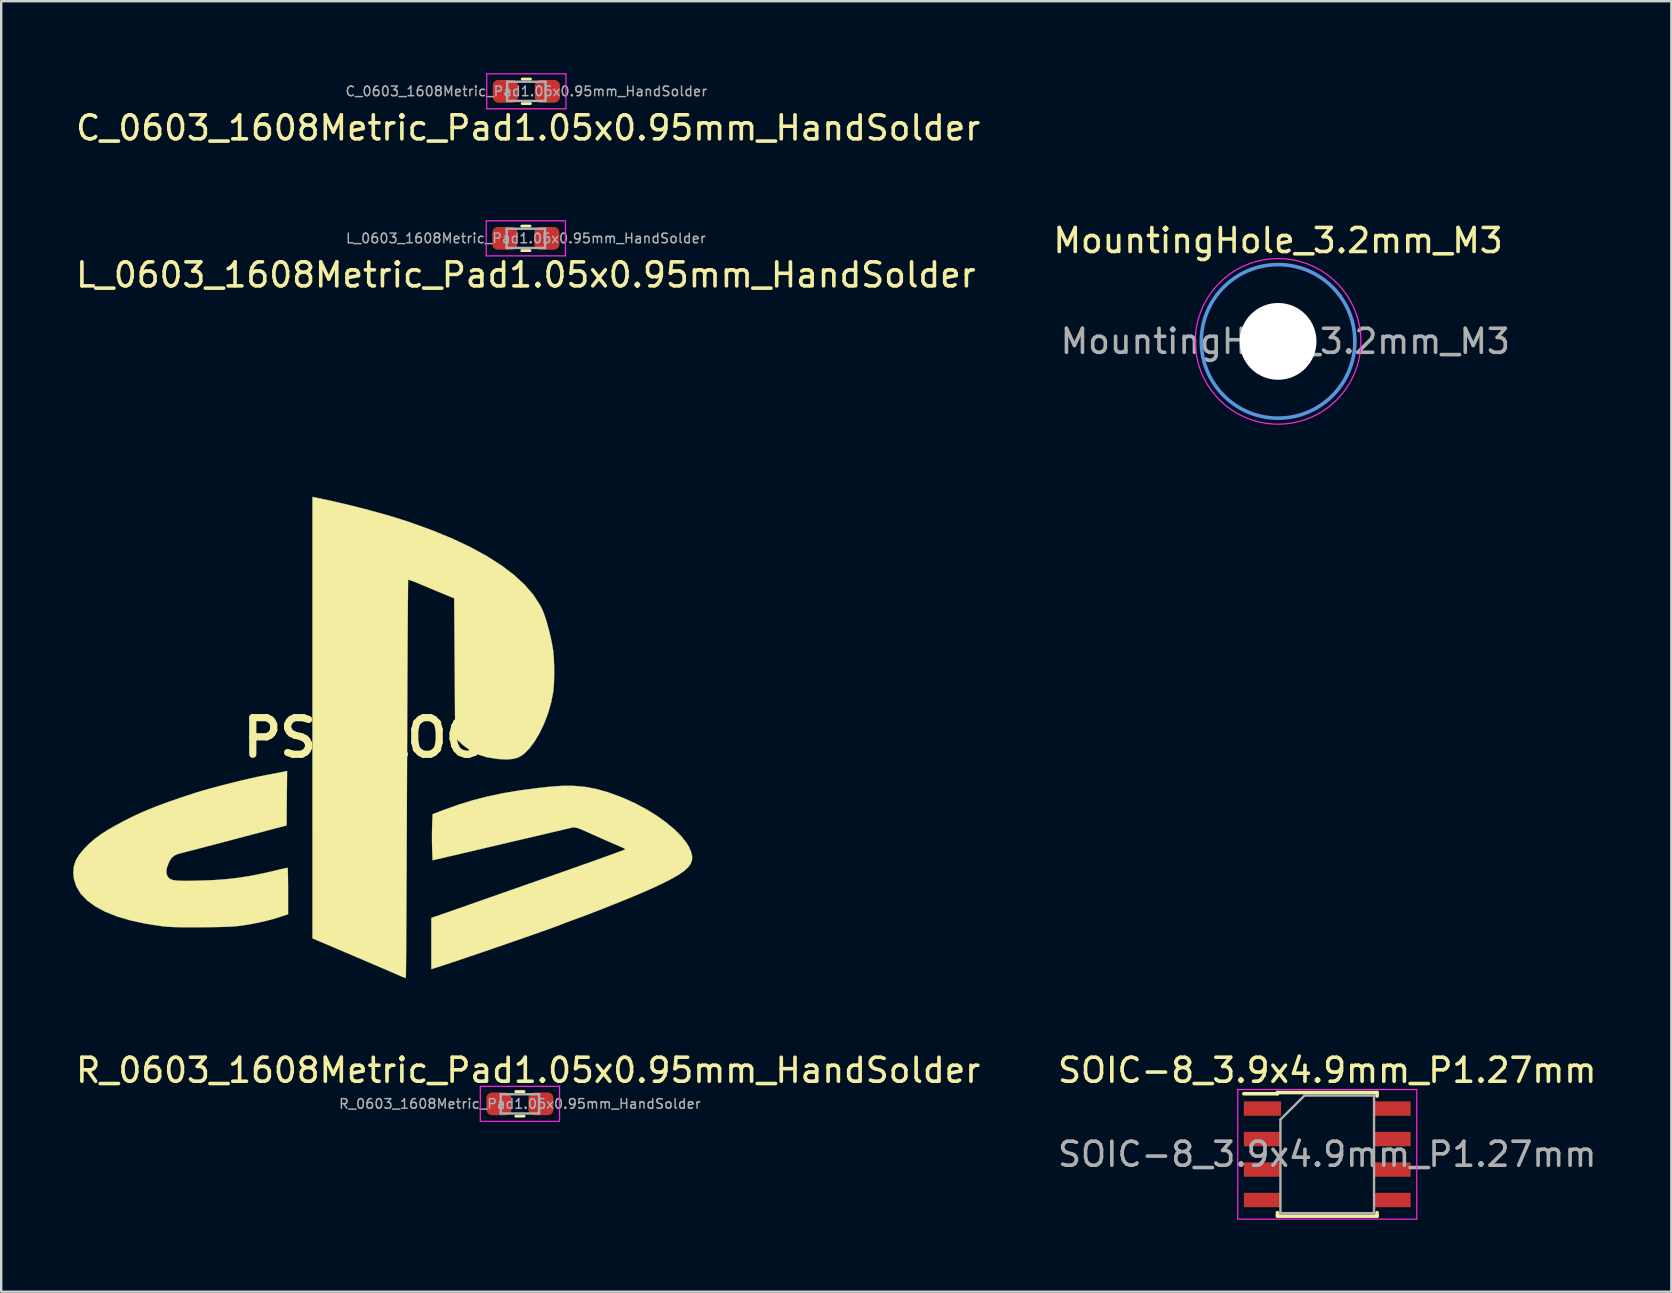
<source format=kicad_pcb>
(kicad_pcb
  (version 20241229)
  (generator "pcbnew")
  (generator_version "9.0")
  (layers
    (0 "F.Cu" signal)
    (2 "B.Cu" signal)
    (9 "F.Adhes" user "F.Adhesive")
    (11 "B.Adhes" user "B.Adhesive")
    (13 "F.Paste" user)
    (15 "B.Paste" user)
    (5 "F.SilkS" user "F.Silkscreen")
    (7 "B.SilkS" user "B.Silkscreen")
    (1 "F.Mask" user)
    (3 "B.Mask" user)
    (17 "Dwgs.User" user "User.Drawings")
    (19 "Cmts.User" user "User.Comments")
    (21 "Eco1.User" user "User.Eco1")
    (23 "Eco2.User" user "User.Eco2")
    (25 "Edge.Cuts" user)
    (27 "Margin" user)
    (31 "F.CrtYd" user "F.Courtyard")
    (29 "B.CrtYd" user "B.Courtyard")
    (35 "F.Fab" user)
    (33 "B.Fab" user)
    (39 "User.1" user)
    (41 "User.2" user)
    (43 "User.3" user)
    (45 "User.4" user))
  (footprint "MountingHole_3.2mm_M3"
    (layer "F.Cu")
    (at 50.208 11.175)
    (property "Reference" "MountingHole_3.2mm_M3" (at 0 -4.2 0) (layer "F.SilkS") (effects (font (size 1 1) (thickness 0.15))))
    (attr exclude_from_pos_files exclude_from_bom)
    (fp_circle (center 0 0) (end 3.2 0) (stroke (width 0.15) (type solid)) (fill no) (layer "Cmts.User"))
    (fp_circle (center 0 0) (end 3.45 0) (stroke (width 0.05) (type solid)) (fill no) (layer "F.CrtYd"))
    (fp_text user "${REFERENCE}" (at 0.3 0 0) (layer "F.Fab") (effects (font (size 1 1) (thickness 0.15))))
    (pad "" np_thru_hole circle (at 0 0) (size 3.2 3.2) (drill 3.2) (layers "*.Cu" "*.Mask")))
  (footprint "C_0603_1608Metric_Pad1.05x0.95mm_HandSolder"
    (layer "F.Cu")
    (at 18.883 0.755)
    (property "Reference" "C_0603_1608Metric_Pad1.05x0.95mm_HandSolder" (at 0.075 1.524 0) (layer "F.SilkS") (effects (font (size 1 1) (thickness 0.15))))
    (attr smd)
    (fp_line (start -0.171 -0.51) (end 0.171 -0.51) (stroke (width 0.12) (type solid)) (layer "F.SilkS"))
    (fp_line (start -0.171 0.51) (end 0.171 0.51) (stroke (width 0.12) (type solid)) (layer "F.SilkS"))
    (fp_line (start -1.65 -0.73) (end 1.65 -0.73) (stroke (width 0.05) (type solid)) (layer "F.CrtYd"))
    (fp_line (start -1.65 0.73) (end -1.65 -0.73) (stroke (width 0.05) (type solid)) (layer "F.CrtYd"))
    (fp_line (start 1.65 -0.73) (end 1.65 0.73) (stroke (width 0.05) (type solid)) (layer "F.CrtYd"))
    (fp_line (start 1.65 0.73) (end -1.65 0.73) (stroke (width 0.05) (type solid)) (layer "F.CrtYd"))
    (fp_line (start -0.8 -0.4) (end 0.8 -0.4) (stroke (width 0.1) (type solid)) (layer "F.Fab"))
    (fp_line (start -0.8 0.4) (end -0.8 -0.4) (stroke (width 0.1) (type solid)) (layer "F.Fab"))
    (fp_line (start 0.8 -0.4) (end 0.8 0.4) (stroke (width 0.1) (type solid)) (layer "F.Fab"))
    (fp_line (start 0.8 0.4) (end -0.8 0.4) (stroke (width 0.1) (type solid)) (layer "F.Fab"))
    (fp_text user "${REFERENCE}" (at 0 0 0) (layer "F.Fab") (effects (font (size 0.4 0.4) (thickness 0.06))))
    (pad "1" smd roundrect (at -0.875 0) (size 1.05 0.95) (layers "F.Cu" "F.Mask" "F.Paste") (roundrect_rratio 0.25))
    (pad "2" smd roundrect (at 0.875 0) (size 1.05 0.95) (layers "F.Cu" "F.Mask" "F.Paste") (roundrect_rratio 0.25)))
  (footprint "PSX_LOGO"
    (layer "F.Cu")
    (at 12.891 27.69)
    (property "Reference" "PSX_LOGO" (at 0 0 0) (layer "F.SilkS") (effects (font (size 1.524 1.524) (thickness 0.3))))
    (attr through_hole)
    (fp_poly (pts (xy -2.826 -10.015) (xy -2.073 -9.854) (xy -1.315 -9.676) (xy -0.572 -9.486) (xy 0.138 -9.29) (xy 0.794 -9.091) (xy 1.164 -8.969) (xy 2.075 -8.64) (xy 2.91 -8.296) (xy 3.669 -7.937) (xy 4.351 -7.564) (xy 4.955 -7.179) (xy 5.479 -6.781) (xy 5.923 -6.372) (xy 6.285 -5.952) (xy 6.564 -5.521) (xy 6.665 -5.32) (xy 6.749 -5.106) (xy 6.837 -4.833) (xy 6.923 -4.523) (xy 7.002 -4.202) (xy 7.066 -3.893) (xy 7.11 -3.621) (xy 7.114 -3.585) (xy 7.136 -3.316) (xy 7.149 -3.006) (xy 7.152 -2.679) (xy 7.146 -2.362) (xy 7.13 -2.081) (xy 7.109 -1.892) (xy 7.022 -1.452) (xy 6.895 -1.015) (xy 6.735 -0.594) (xy 6.548 -0.201) (xy 6.341 0.149) (xy 6.12 0.446) (xy 5.891 0.675) (xy 5.81 0.736) (xy 5.641 0.829) (xy 5.44 0.884) (xy 5.194 0.905) (xy 4.887 0.893) (xy 4.784 0.884) (xy 4.356 0.816) (xy 3.986 0.702) (xy 3.656 0.534) (xy 3.347 0.305) (xy 3.267 0.232) (xy 3.027 0.009) (xy 3.006 -2.9) (xy 2.985 -5.809) (xy 2.625 -5.957) (xy 2.449 -6.029) (xy 2.222 -6.124) (xy 1.971 -6.229) (xy 1.723 -6.334) (xy 1.676 -6.354) (xy 1.47 -6.44) (xy 1.293 -6.51) (xy 1.159 -6.56) (xy 1.081 -6.584) (xy 1.068 -6.585) (xy 1.065 -6.541) (xy 1.063 -6.417) (xy 1.061 -6.216) (xy 1.058 -5.943) (xy 1.055 -5.602) (xy 1.052 -5.196) (xy 1.049 -4.729) (xy 1.045 -4.207) (xy 1.042 -3.632) (xy 1.039 -3.01) (xy 1.035 -2.343) (xy 1.032 -1.636) (xy 1.028 -0.894) (xy 1.025 -0.119) (xy 1.022 0.683) (xy 1.019 1.508) (xy 1.018 1.713) (xy 1.015 2.543) (xy 1.012 3.352) (xy 1.008 4.133) (xy 1.005 4.883) (xy 1.002 5.599) (xy 0.998 6.276) (xy 0.995 6.909) (xy 0.992 7.496) (xy 0.989 8.031) (xy 0.986 8.511) (xy 0.983 8.932) (xy 0.98 9.289) (xy 0.977 9.579) (xy 0.975 9.798) (xy 0.973 9.941) (xy 0.971 10.004) (xy 0.97 10.007) (xy 0.926 10) (xy 0.826 9.964) (xy 0.699 9.909) (xy 0.605 9.868) (xy 0.444 9.798) (xy 0.224 9.703) (xy -0.046 9.588) (xy -0.354 9.455) (xy -0.693 9.31) (xy -1.052 9.157) (xy -1.238 9.078) (xy -2.92 8.361) (xy -2.921 -0.837) (xy -2.921 -10.035) (xy -2.826 -10.015)) (stroke (width 0.01) (type solid)) (fill yes) (layer "F.SilkS"))
    (fp_poly (pts (xy -4 3.656) (xy -4.276 3.729) (xy -4.376 3.755) (xy -4.548 3.8) (xy -4.782 3.862) (xy -5.066 3.937) (xy -5.39 4.023) (xy -5.744 4.116) (xy -6.118 4.215) (xy -6.265 4.254) (xy -6.647 4.355) (xy -7.016 4.452) (xy -7.361 4.542) (xy -7.671 4.623) (xy -7.935 4.692) (xy -8.144 4.746) (xy -8.285 4.781) (xy -8.317 4.789) (xy -8.525 4.846) (xy -8.67 4.908) (xy -8.773 4.991) (xy -8.856 5.108) (xy -8.917 5.228) (xy -8.999 5.46) (xy -9.008 5.65) (xy -8.955 5.784) (xy -8.906 5.844) (xy -8.845 5.89) (xy -8.763 5.924) (xy -8.648 5.947) (xy -8.49 5.96) (xy -8.278 5.965) (xy -8.002 5.964) (xy -7.673 5.957) (xy -7.071 5.936) (xy -6.525 5.897) (xy -6.005 5.837) (xy -5.483 5.754) (xy -4.93 5.642) (xy -4.581 5.562) (xy -4.367 5.511) (xy -4.183 5.469) (xy -4.045 5.437) (xy -3.968 5.42) (xy -3.957 5.419) (xy -3.951 5.459) (xy -3.946 5.572) (xy -3.942 5.746) (xy -3.939 5.97) (xy -3.937 6.23) (xy -3.937 6.387) (xy -3.937 7.356) (xy -4.392 7.505) (xy -4.606 7.569) (xy -4.874 7.637) (xy -5.163 7.703) (xy -5.443 7.759) (xy -5.503 7.77) (xy -5.7 7.803) (xy -5.876 7.829) (xy -6.044 7.85) (xy -6.219 7.866) (xy -6.415 7.877) (xy -6.646 7.885) (xy -6.928 7.891) (xy -7.273 7.896) (xy -7.451 7.898) (xy -7.93 7.901) (xy -8.332 7.899) (xy -8.664 7.892) (xy -8.934 7.879) (xy -9.148 7.86) (xy -9.186 7.856) (xy -9.888 7.747) (xy -10.52 7.609) (xy -11.08 7.442) (xy -11.567 7.247) (xy -11.979 7.025) (xy -12.316 6.776) (xy -12.577 6.502) (xy -12.759 6.203) (xy -12.862 5.88) (xy -12.886 5.609) (xy -12.861 5.352) (xy -12.782 5.112) (xy -12.64 4.875) (xy -12.43 4.622) (xy -12.409 4.6) (xy -12.202 4.396) (xy -11.982 4.207) (xy -11.735 4.026) (xy -11.447 3.841) (xy -11.104 3.645) (xy -10.774 3.468) (xy -10.438 3.299) (xy -10.097 3.139) (xy -9.737 2.985) (xy -9.347 2.831) (xy -8.914 2.672) (xy -8.425 2.503) (xy -7.869 2.32) (xy -7.768 2.288) (xy -7.494 2.204) (xy -7.156 2.109) (xy -6.774 2.007) (xy -6.369 1.903) (xy -5.959 1.802) (xy -5.564 1.709) (xy -5.204 1.629) (xy -4.899 1.567) (xy -4.889 1.565) (xy -4.656 1.521) (xy -4.442 1.48) (xy -4.266 1.445) (xy -4.146 1.422) (xy -4.116 1.416) (xy -3.978 1.386) (xy -4 3.656)) (stroke (width 0.01) (type solid)) (fill yes) (layer "F.SilkS"))
    (fp_poly (pts (xy 8.443 2.049) (xy 8.921 2.139) (xy 9.414 2.28) (xy 9.943 2.475) (xy 10.056 2.52) (xy 10.533 2.737) (xy 10.992 2.982) (xy 11.422 3.248) (xy 11.814 3.529) (xy 12.159 3.816) (xy 12.447 4.104) (xy 12.668 4.384) (xy 12.777 4.568) (xy 12.859 4.76) (xy 12.9 4.934) (xy 12.896 5.094) (xy 12.843 5.247) (xy 12.736 5.397) (xy 12.57 5.549) (xy 12.342 5.707) (xy 12.047 5.878) (xy 11.679 6.065) (xy 11.26 6.263) (xy 11.001 6.378) (xy 10.679 6.517) (xy 10.308 6.671) (xy 9.906 6.835) (xy 9.488 7.003) (xy 9.07 7.168) (xy 8.668 7.324) (xy 8.297 7.464) (xy 8.107 7.534) (xy 7.889 7.613) (xy 7.692 7.686) (xy 7.533 7.746) (xy 7.43 7.786) (xy 7.408 7.795) (xy 7.316 7.832) (xy 7.153 7.892) (xy 6.927 7.974) (xy 6.648 8.073) (xy 6.325 8.187) (xy 5.967 8.312) (xy 5.582 8.446) (xy 5.18 8.585) (xy 4.77 8.727) (xy 4.361 8.867) (xy 3.962 9.004) (xy 3.581 9.133) (xy 3.228 9.252) (xy 2.912 9.358) (xy 2.642 9.447) (xy 2.487 9.498) (xy 2.032 9.644) (xy 2.032 7.509) (xy 2.678 7.287) (xy 2.923 7.202) (xy 3.164 7.118) (xy 3.379 7.043) (xy 3.546 6.984) (xy 3.598 6.965) (xy 3.682 6.935) (xy 3.838 6.88) (xy 4.061 6.802) (xy 4.344 6.702) (xy 4.679 6.585) (xy 5.06 6.451) (xy 5.481 6.303) (xy 5.934 6.144) (xy 6.412 5.976) (xy 6.91 5.802) (xy 6.996 5.772) (xy 7.487 5.599) (xy 7.955 5.434) (xy 8.393 5.279) (xy 8.796 5.136) (xy 9.156 5.007) (xy 9.468 4.895) (xy 9.726 4.801) (xy 9.924 4.728) (xy 10.055 4.678) (xy 10.115 4.653) (xy 10.118 4.651) (xy 10.083 4.62) (xy 9.996 4.577) (xy 9.98 4.57) (xy 9.893 4.534) (xy 9.743 4.469) (xy 9.542 4.381) (xy 9.305 4.277) (xy 9.045 4.162) (xy 8.776 4.042) (xy 8.512 3.924) (xy 8.331 3.842) (xy 8.132 3.764) (xy 7.988 3.735) (xy 7.928 3.739) (xy 7.85 3.757) (xy 7.704 3.791) (xy 7.509 3.836) (xy 7.278 3.891) (xy 7.07 3.94) (xy 6.782 4.008) (xy 6.478 4.08) (xy 6.185 4.149) (xy 5.931 4.208) (xy 5.821 4.234) (xy 5.542 4.299) (xy 5.236 4.37) (xy 4.891 4.451) (xy 4.497 4.544) (xy 4.041 4.651) (xy 3.556 4.765) (xy 3.29 4.827) (xy 3.014 4.892) (xy 2.756 4.952) (xy 2.543 5.002) (xy 2.492 5.013) (xy 2.084 5.108) (xy 2.066 4.628) (xy 2.06 4.365) (xy 2.059 4.067) (xy 2.063 3.781) (xy 2.066 3.668) (xy 2.085 3.186) (xy 2.535 3.015) (xy 3.144 2.797) (xy 3.751 2.609) (xy 4.372 2.449) (xy 5.022 2.312) (xy 5.717 2.196) (xy 6.472 2.096) (xy 6.879 2.051) (xy 7.443 2.008) (xy 7.957 2.006) (xy 8.443 2.049)) (stroke (width 0.01) (type solid)) (fill yes) (layer "F.SilkS")))
  (footprint "R_0603_1608Metric_Pad1.05x0.95mm_HandSolder"
    (layer "F.Cu")
    (at 18.615 42.947)
    (property "Reference" "R_0603_1608Metric_Pad1.05x0.95mm_HandSolder" (at 0.343 -1.397 0) (layer "F.SilkS") (effects (font (size 1 1) (thickness 0.15))))
    (attr smd)
    (fp_line (start -0.171 -0.51) (end 0.171 -0.51) (stroke (width 0.12) (type solid)) (layer "F.SilkS"))
    (fp_line (start -0.171 0.51) (end 0.171 0.51) (stroke (width 0.12) (type solid)) (layer "F.SilkS"))
    (fp_line (start -1.65 -0.73) (end 1.65 -0.73) (stroke (width 0.05) (type solid)) (layer "F.CrtYd"))
    (fp_line (start -1.65 0.73) (end -1.65 -0.73) (stroke (width 0.05) (type solid)) (layer "F.CrtYd"))
    (fp_line (start 1.65 -0.73) (end 1.65 0.73) (stroke (width 0.05) (type solid)) (layer "F.CrtYd"))
    (fp_line (start 1.65 0.73) (end -1.65 0.73) (stroke (width 0.05) (type solid)) (layer "F.CrtYd"))
    (fp_line (start -0.8 -0.4) (end 0.8 -0.4) (stroke (width 0.1) (type solid)) (layer "F.Fab"))
    (fp_line (start -0.8 0.4) (end -0.8 -0.4) (stroke (width 0.1) (type solid)) (layer "F.Fab"))
    (fp_line (start 0.8 -0.4) (end 0.8 0.4) (stroke (width 0.1) (type solid)) (layer "F.Fab"))
    (fp_line (start 0.8 0.4) (end -0.8 0.4) (stroke (width 0.1) (type solid)) (layer "F.Fab"))
    (fp_text user "${REFERENCE}" (at 0 0 0) (layer "F.Fab") (effects (font (size 0.4 0.4) (thickness 0.06))))
    (pad "1" smd roundrect (at -0.875 0) (size 1.05 0.95) (layers "F.Cu" "F.Mask" "F.Paste") (roundrect_rratio 0.25))
    (pad "2" smd roundrect (at 0.875 0) (size 1.05 0.95) (layers "F.Cu" "F.Mask" "F.Paste") (roundrect_rratio 0.25)))
  (footprint "SOIC-8_3.9x4.9mm_P1.27mm"
    (layer "F.Cu")
    (at 52.256 45.05)
    (property "Reference" "SOIC-8_3.9x4.9mm_P1.27mm" (at 0 -3.5 0) (layer "F.SilkS") (effects (font (size 1 1) (thickness 0.15))))
    (attr smd)
    (fp_line (start -2.075 -2.575) (end -2.075 -2.525) (stroke (width 0.15) (type solid)) (layer "F.SilkS"))
    (fp_line (start -2.075 -2.575) (end 2.075 -2.575) (stroke (width 0.15) (type solid)) (layer "F.SilkS"))
    (fp_line (start -2.075 -2.525) (end -3.475 -2.525) (stroke (width 0.15) (type solid)) (layer "F.SilkS"))
    (fp_line (start -2.075 2.575) (end -2.075 2.43) (stroke (width 0.15) (type solid)) (layer "F.SilkS"))
    (fp_line (start -2.075 2.575) (end 2.075 2.575) (stroke (width 0.15) (type solid)) (layer "F.SilkS"))
    (fp_line (start 2.075 -2.575) (end 2.075 -2.43) (stroke (width 0.15) (type solid)) (layer "F.SilkS"))
    (fp_line (start 2.075 2.575) (end 2.075 2.43) (stroke (width 0.15) (type solid)) (layer "F.SilkS"))
    (fp_line (start -3.73 -2.7) (end -3.73 2.7) (stroke (width 0.05) (type solid)) (layer "F.CrtYd"))
    (fp_line (start -3.73 -2.7) (end 3.73 -2.7) (stroke (width 0.05) (type solid)) (layer "F.CrtYd"))
    (fp_line (start -3.73 2.7) (end 3.73 2.7) (stroke (width 0.05) (type solid)) (layer "F.CrtYd"))
    (fp_line (start 3.73 -2.7) (end 3.73 2.7) (stroke (width 0.05) (type solid)) (layer "F.CrtYd"))
    (fp_line (start -1.95 -1.45) (end -0.95 -2.45) (stroke (width 0.1) (type solid)) (layer "F.Fab"))
    (fp_line (start -1.95 2.45) (end -1.95 -1.45) (stroke (width 0.1) (type solid)) (layer "F.Fab"))
    (fp_line (start -0.95 -2.45) (end 1.95 -2.45) (stroke (width 0.1) (type solid)) (layer "F.Fab"))
    (fp_line (start 1.95 -2.45) (end 1.95 2.45) (stroke (width 0.1) (type solid)) (layer "F.Fab"))
    (fp_line (start 1.95 2.45) (end -1.95 2.45) (stroke (width 0.1) (type solid)) (layer "F.Fab"))
    (fp_text user "${REFERENCE}" (at 0 0 0) (layer "F.Fab") (effects (font (size 1 1) (thickness 0.15))))
    (pad "1" smd rect (at -2.7 -1.905) (size 1.55 0.6) (layers "F.Cu" "F.Mask" "F.Paste"))
    (pad "2" smd rect (at -2.7 -0.635) (size 1.55 0.6) (layers "F.Cu" "F.Mask" "F.Paste"))
    (pad "3" smd rect (at -2.7 0.635) (size 1.55 0.6) (layers "F.Cu" "F.Mask" "F.Paste"))
    (pad "4" smd rect (at -2.7 1.905) (size 1.55 0.6) (layers "F.Cu" "F.Mask" "F.Paste"))
    (pad "5" smd rect (at 2.7 1.905) (size 1.55 0.6) (layers "F.Cu" "F.Mask" "F.Paste"))
    (pad "6" smd rect (at 2.7 0.635) (size 1.55 0.6) (layers "F.Cu" "F.Mask" "F.Paste"))
    (pad "7" smd rect (at 2.7 -0.635) (size 1.55 0.6) (layers "F.Cu" "F.Mask" "F.Paste"))
    (pad "8" smd rect (at 2.7 -1.905) (size 1.55 0.6) (layers "F.Cu" "F.Mask" "F.Paste")))
  (footprint "L_0603_1608Metric_Pad1.05x0.95mm_HandSolder"
    (layer "F.Cu")
    (at 18.863 6.882)
    (property "Reference" "L_0603_1608Metric_Pad1.05x0.95mm_HandSolder" (at 0 1.524 0) (layer "F.SilkS") (effects (font (size 1 1) (thickness 0.15))))
    (attr smd)
    (fp_line (start -0.171 -0.51) (end 0.171 -0.51) (stroke (width 0.12) (type solid)) (layer "F.SilkS"))
    (fp_line (start -0.171 0.51) (end 0.171 0.51) (stroke (width 0.12) (type solid)) (layer "F.SilkS"))
    (fp_line (start -1.65 -0.73) (end 1.65 -0.73) (stroke (width 0.05) (type solid)) (layer "F.CrtYd"))
    (fp_line (start -1.65 0.73) (end -1.65 -0.73) (stroke (width 0.05) (type solid)) (layer "F.CrtYd"))
    (fp_line (start 1.65 -0.73) (end 1.65 0.73) (stroke (width 0.05) (type solid)) (layer "F.CrtYd"))
    (fp_line (start 1.65 0.73) (end -1.65 0.73) (stroke (width 0.05) (type solid)) (layer "F.CrtYd"))
    (fp_line (start -0.8 -0.4) (end 0.8 -0.4) (stroke (width 0.1) (type solid)) (layer "F.Fab"))
    (fp_line (start -0.8 0.4) (end -0.8 -0.4) (stroke (width 0.1) (type solid)) (layer "F.Fab"))
    (fp_line (start 0.8 -0.4) (end 0.8 0.4) (stroke (width 0.1) (type solid)) (layer "F.Fab"))
    (fp_line (start 0.8 0.4) (end -0.8 0.4) (stroke (width 0.1) (type solid)) (layer "F.Fab"))
    (fp_text user "${REFERENCE}" (at 0 0 0) (layer "F.Fab") (effects (font (size 0.4 0.4) (thickness 0.06))))
    (pad "1" smd roundrect (at -0.875 0) (size 1.05 0.95) (layers "F.Cu" "F.Mask" "F.Paste") (roundrect_rratio 0.25))
    (pad "2" smd roundrect (at 0.875 0) (size 1.05 0.95) (layers "F.Cu" "F.Mask" "F.Paste") (roundrect_rratio 0.25)))
  (gr_rect
    (start -3 -3)
    (end 66.595 50.775)
    (stroke (width 0.1) (type default))
    (fill no)
    (layer "Edge.Cuts")))
</source>
